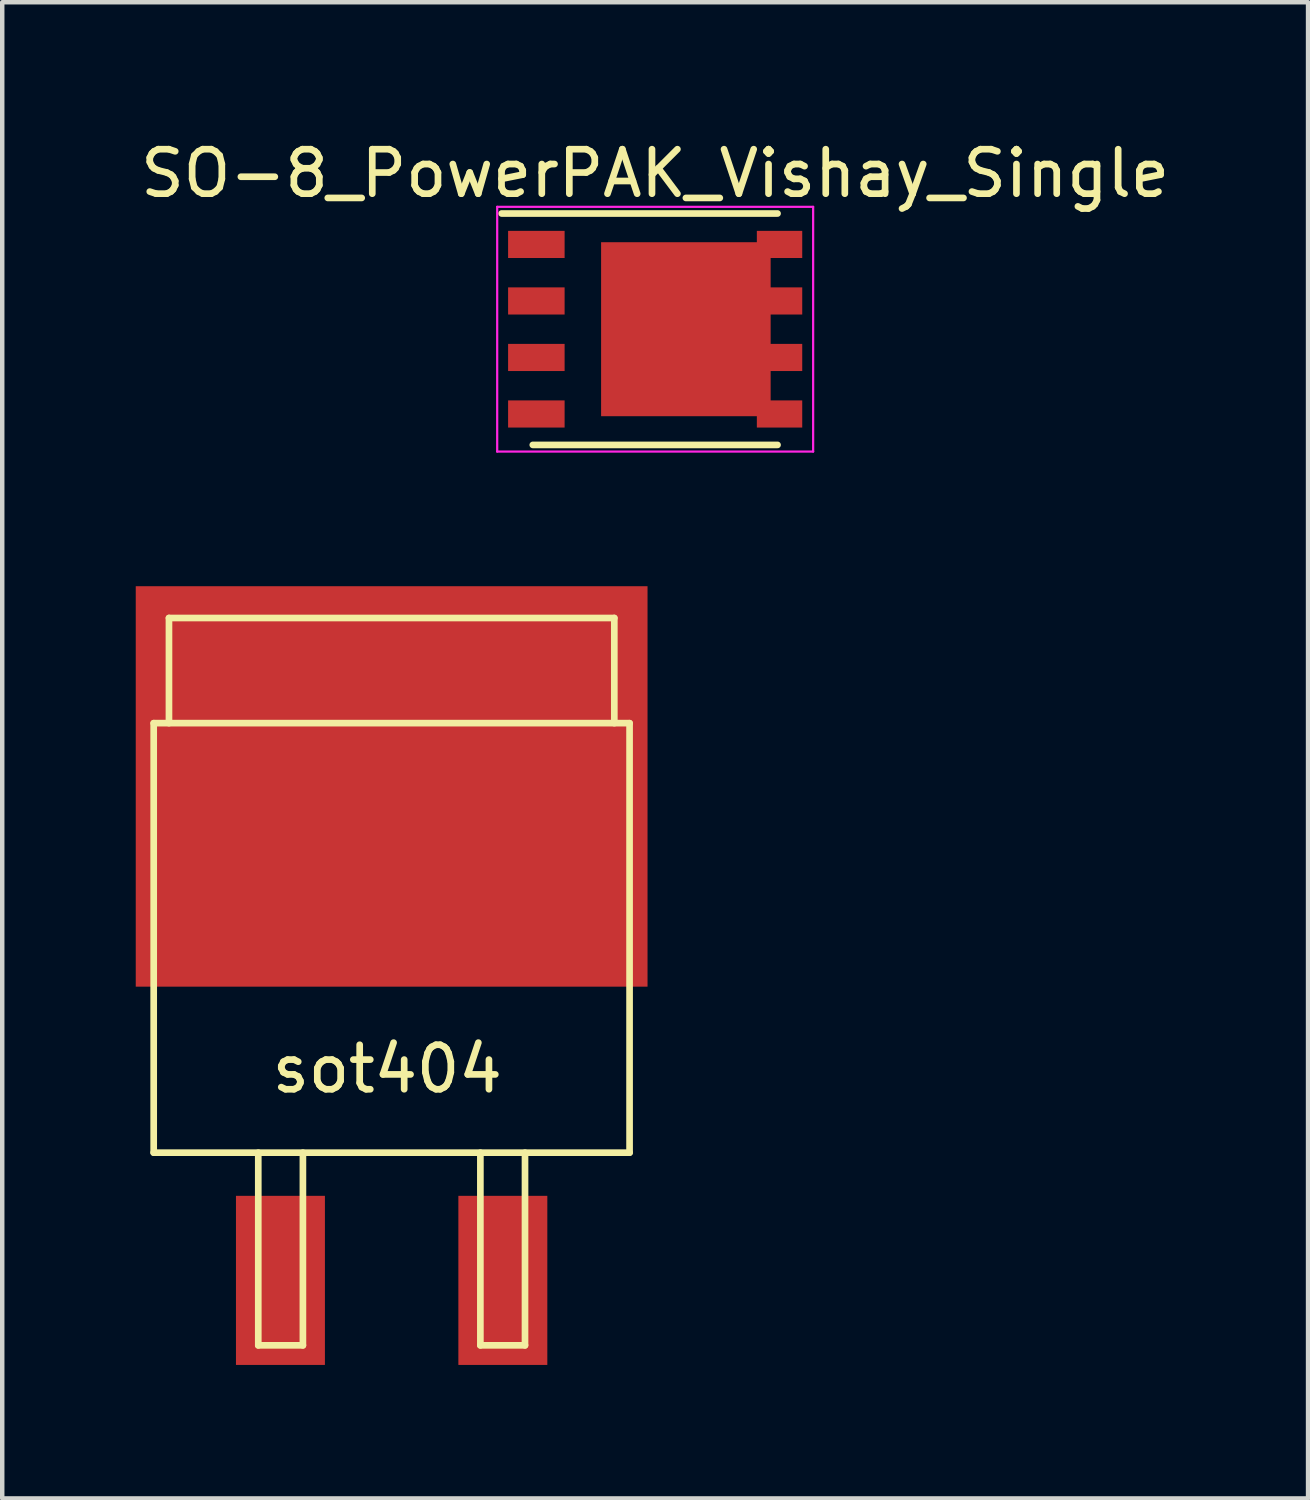
<source format=kicad_pcb>
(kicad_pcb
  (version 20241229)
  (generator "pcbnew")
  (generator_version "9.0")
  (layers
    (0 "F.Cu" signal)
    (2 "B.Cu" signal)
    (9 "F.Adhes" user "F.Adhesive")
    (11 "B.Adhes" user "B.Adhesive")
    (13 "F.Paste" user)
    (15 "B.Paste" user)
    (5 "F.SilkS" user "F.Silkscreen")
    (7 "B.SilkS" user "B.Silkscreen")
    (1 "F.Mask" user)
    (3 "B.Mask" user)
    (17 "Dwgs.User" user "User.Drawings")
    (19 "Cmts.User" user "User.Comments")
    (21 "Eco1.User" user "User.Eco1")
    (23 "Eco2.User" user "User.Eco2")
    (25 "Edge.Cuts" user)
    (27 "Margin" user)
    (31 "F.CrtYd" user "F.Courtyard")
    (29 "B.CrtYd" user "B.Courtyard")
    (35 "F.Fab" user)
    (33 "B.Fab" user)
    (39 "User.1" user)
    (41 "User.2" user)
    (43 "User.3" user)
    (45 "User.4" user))
  (footprint "SO-8_PowerPAK_Vishay_Single"
    (layer "F.Cu")
    (at 11.673 4.348)
    (property "Reference" "SO-8_PowerPAK_Vishay_Single" (at 0 -3.5 0) (layer "F.SilkS") (effects (font (size 1 1) (thickness 0.15))))
    (attr smd)
    (fp_line (start -3.45 -2.6) (end 2.75 -2.6) (stroke (width 0.15) (type solid)) (layer "F.SilkS"))
    (fp_line (start -2.75 2.6) (end 2.75 2.6) (stroke (width 0.15) (type solid)) (layer "F.SilkS"))
    (fp_line (start -3.55 -2.75) (end -3.55 2.75) (stroke (width 0.05) (type solid)) (layer "F.CrtYd"))
    (fp_line (start -3.55 -2.75) (end 3.55 -2.75) (stroke (width 0.05) (type solid)) (layer "F.CrtYd"))
    (fp_line (start -3.55 2.75) (end 3.55 2.75) (stroke (width 0.05) (type solid)) (layer "F.CrtYd"))
    (fp_line (start 3.55 -2.75) (end 3.55 2.75) (stroke (width 0.05) (type solid)) (layer "F.CrtYd"))
    (pad "1" smd rect (at -2.67 -1.905) (size 1.27 0.61) (layers "F.Cu" "F.Mask" "F.Paste"))
    (pad "2" smd rect (at -2.67 -0.635) (size 1.27 0.61) (layers "F.Cu" "F.Mask" "F.Paste"))
    (pad "3" smd rect (at -2.67 0.635) (size 1.27 0.61) (layers "F.Cu" "F.Mask" "F.Paste"))
    (pad "4" smd rect (at -2.67 1.905) (size 1.27 0.61) (layers "F.Cu" "F.Mask" "F.Paste"))
    (pad "5" smd rect (at 0.69 0) (size 3.81 3.91) (layers "F.Cu" "F.Mask" "F.Paste"))
    (pad "5" smd rect (at 2.795 -1.905) (size 1.02 0.61) (layers "F.Cu" "F.Mask" "F.Paste"))
    (pad "5" smd rect (at 2.795 -0.635) (size 1.02 0.61) (layers "F.Cu" "F.Mask" "F.Paste"))
    (pad "5" smd rect (at 2.795 0.635) (size 1.02 0.61) (layers "F.Cu" "F.Mask" "F.Paste"))
    (pad "5" smd rect (at 2.795 1.905) (size 1.02 0.61) (layers "F.Cu" "F.Mask" "F.Paste")))
  (footprint "sot404"
    (layer "F.Cu")
    (at 5.751 20.173)
    (property "Reference" "sot404" (at -0.099 0.8 0) (layer "F.SilkS") (effects (font (size 1 1) (thickness 0.15))))
    (attr smd)
    (fp_line (start -5.347 -6.972) (end 5.347 -6.972) (stroke (width 0.15) (type solid)) (layer "F.SilkS"))
    (fp_line (start -5.347 2.68) (end -5.347 -6.972) (stroke (width 0.15) (type solid)) (layer "F.SilkS"))
    (fp_line (start -5.004 -9.335) (end 5.004 -9.335) (stroke (width 0.15) (type solid)) (layer "F.SilkS"))
    (fp_line (start -5.004 -6.972) (end -5.004 -9.335) (stroke (width 0.15) (type solid)) (layer "F.SilkS"))
    (fp_line (start -2.997 2.68) (end -2.997 7.01) (stroke (width 0.15) (type solid)) (layer "F.SilkS"))
    (fp_line (start -2.997 7.01) (end -1.994 7.01) (stroke (width 0.15) (type solid)) (layer "F.SilkS"))
    (fp_line (start -1.994 7.01) (end -1.994 2.68) (stroke (width 0.15) (type solid)) (layer "F.SilkS"))
    (fp_line (start 1.994 2.68) (end 1.994 7.01) (stroke (width 0.15) (type solid)) (layer "F.SilkS"))
    (fp_line (start 1.994 7.01) (end 2.997 7.01) (stroke (width 0.15) (type solid)) (layer "F.SilkS"))
    (fp_line (start 2.997 7.01) (end 2.997 2.68) (stroke (width 0.15) (type solid)) (layer "F.SilkS"))
    (fp_line (start 5.004 -9.335) (end 5.004 -6.972) (stroke (width 0.15) (type solid)) (layer "F.SilkS"))
    (fp_line (start 5.347 -6.972) (end 5.347 2.68) (stroke (width 0.15) (type solid)) (layer "F.SilkS"))
    (fp_line (start 5.347 2.68) (end -5.347 2.68) (stroke (width 0.15) (type solid)) (layer "F.SilkS"))
    (pad "1" smd rect (at -2.499 5.55) (size 1.999 3.8) (layers "F.Cu" "F.Mask" "F.Paste"))
    (pad "2" smd rect (at 0 -5.55) (size 11.501 8.999) (layers "F.Cu" "F.Mask" "F.Paste"))
    (pad "3" smd rect (at 2.499 5.55) (size 1.999 3.8) (layers "F.Cu" "F.Mask" "F.Paste")))
  (gr_rect
    (start -3 -3)
    (end 26.345 30.623)
    (stroke (width 0.1) (type default))
    (fill no)
    (layer "Edge.Cuts")))
</source>
